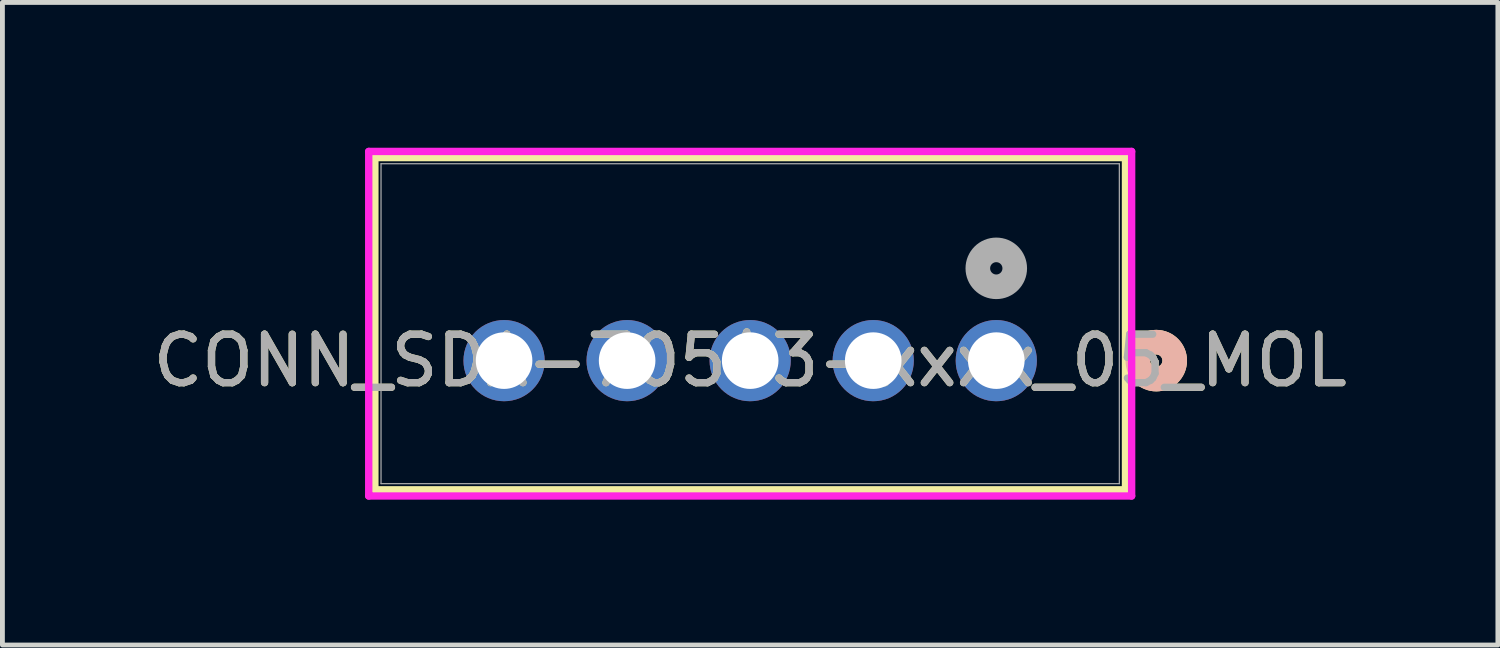
<source format=kicad_pcb>
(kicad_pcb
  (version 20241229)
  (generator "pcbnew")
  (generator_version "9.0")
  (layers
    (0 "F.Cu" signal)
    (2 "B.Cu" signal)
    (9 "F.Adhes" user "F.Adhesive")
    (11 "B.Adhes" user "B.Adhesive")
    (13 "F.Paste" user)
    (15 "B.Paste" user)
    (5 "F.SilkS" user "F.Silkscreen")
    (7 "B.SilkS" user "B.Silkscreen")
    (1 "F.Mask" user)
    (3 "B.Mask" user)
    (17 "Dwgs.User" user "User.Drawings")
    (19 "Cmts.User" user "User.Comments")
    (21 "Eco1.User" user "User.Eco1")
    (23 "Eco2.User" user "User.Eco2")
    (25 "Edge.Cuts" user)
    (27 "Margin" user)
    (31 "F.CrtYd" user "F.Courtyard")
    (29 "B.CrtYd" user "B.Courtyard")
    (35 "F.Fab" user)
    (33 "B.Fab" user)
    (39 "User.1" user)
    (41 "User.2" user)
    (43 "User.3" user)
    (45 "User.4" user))
  (footprint "CONN_SDA-70543-xxxx_05_MOL"
    (layer "F.Cu")
    (at 17.515 4.394)
    (property "Reference" "CONN_SDA-70543-xxxx_05_MOL" (at -5.08 0 0) (unlocked yes) (layer "F.SilkS") (effects (font (size 1 1) (thickness 0.15))))
    (attr through_hole)
    (fp_line (start -12.827 -4.191) (end -12.827 2.667) (stroke (width 0.152) (type solid)) (layer "F.SilkS"))
    (fp_line (start -12.827 2.667) (end 2.667 2.667) (stroke (width 0.152) (type solid)) (layer "F.SilkS"))
    (fp_line (start 2.667 -4.191) (end -12.827 -4.191) (stroke (width 0.152) (type solid)) (layer "F.SilkS"))
    (fp_line (start 2.667 2.667) (end 2.667 -4.191) (stroke (width 0.152) (type solid)) (layer "F.SilkS"))
    (fp_circle (center 3.302 0) (end 3.683 0) (stroke (width 0.508) (type solid)) (fill no) (layer "F.SilkS"))
    (fp_circle (center 3.302 0) (end 3.683 0) (stroke (width 0.508) (type solid)) (fill no) (layer "B.SilkS"))
    (fp_line (start -12.954 -4.318) (end -12.954 2.794) (stroke (width 0.152) (type solid)) (layer "F.CrtYd"))
    (fp_line (start -12.954 2.794) (end 2.794 2.794) (stroke (width 0.152) (type solid)) (layer "F.CrtYd"))
    (fp_line (start 2.794 -4.318) (end -12.954 -4.318) (stroke (width 0.152) (type solid)) (layer "F.CrtYd"))
    (fp_line (start 2.794 2.794) (end 2.794 -4.318) (stroke (width 0.152) (type solid)) (layer "F.CrtYd"))
    (fp_line (start -12.7 -4.064) (end -12.7 2.54) (stroke (width 0.025) (type solid)) (layer "F.Fab"))
    (fp_line (start -12.7 2.54) (end 2.54 2.54) (stroke (width 0.025) (type solid)) (layer "F.Fab"))
    (fp_line (start 2.54 -4.064) (end -12.7 -4.064) (stroke (width 0.025) (type solid)) (layer "F.Fab"))
    (fp_line (start 2.54 2.54) (end 2.54 -4.064) (stroke (width 0.025) (type solid)) (layer "F.Fab"))
    (fp_circle (center 0 -1.905) (end 0.381 -1.905) (stroke (width 0.508) (type solid)) (fill no) (layer "F.Fab"))
    (fp_text user "${REFERENCE}" (at -5.08 0 0) (unlocked yes) (layer "F.Fab") (effects (font (size 1 1) (thickness 0.15))))
    (pad "1" thru_hole circle (at 0 0) (size 1.676 1.676) (drill 1.168) (layers "*.Cu" "*.Mask"))
    (pad "2" thru_hole circle (at -2.54 0) (size 1.676 1.676) (drill 1.168) (layers "*.Cu" "*.Mask"))
    (pad "3" thru_hole circle (at -5.08 0) (size 1.676 1.676) (drill 1.168) (layers "*.Cu" "*.Mask"))
    (pad "4" thru_hole circle (at -7.62 0) (size 1.676 1.676) (drill 1.168) (layers "*.Cu" "*.Mask"))
    (pad "5" thru_hole circle (at -10.16 0) (size 1.676 1.676) (drill 1.168) (layers "*.Cu" "*.Mask")))
  (gr_rect
    (start -3 -3)
    (end 27.869 10.264)
    (stroke (width 0.1) (type default))
    (fill no)
    (layer "Edge.Cuts")))
</source>
